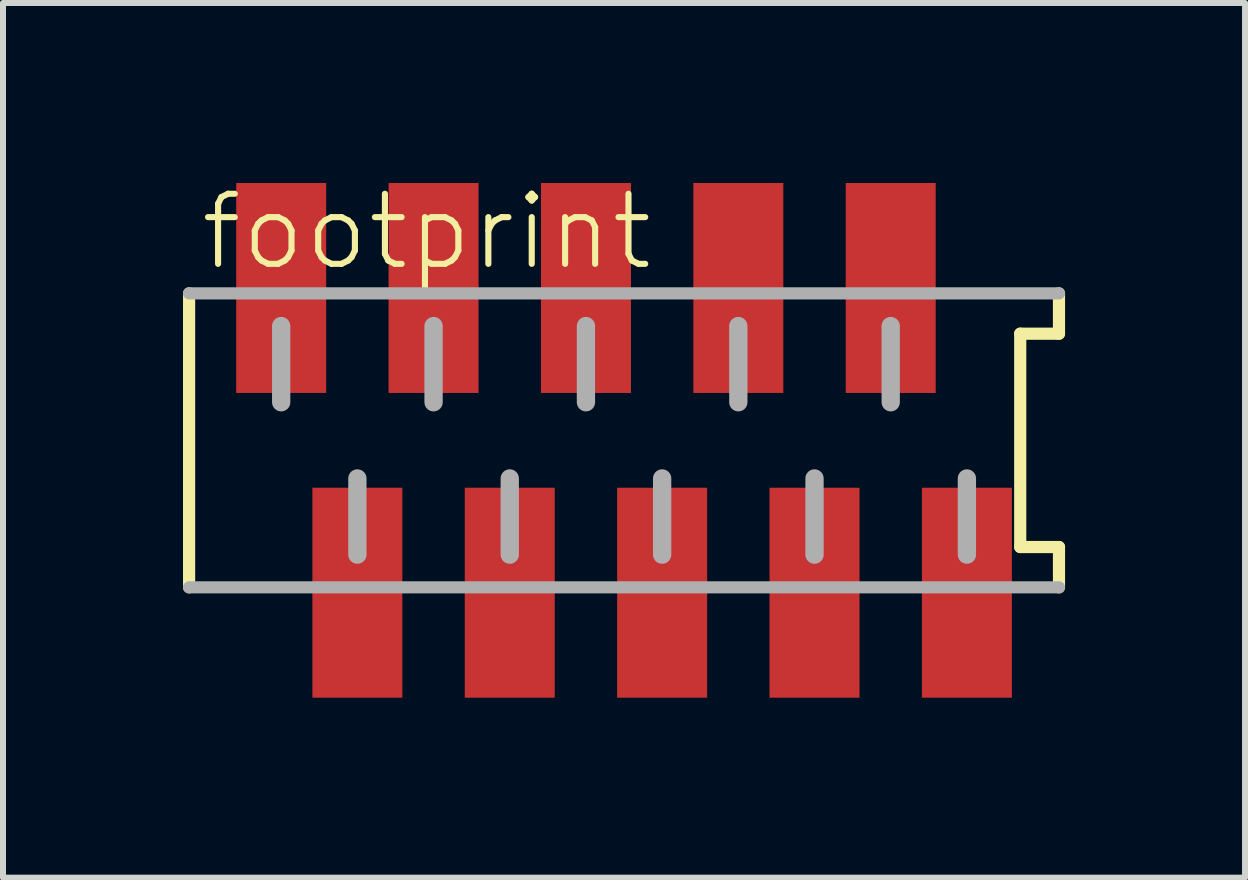
<source format=kicad_pcb>
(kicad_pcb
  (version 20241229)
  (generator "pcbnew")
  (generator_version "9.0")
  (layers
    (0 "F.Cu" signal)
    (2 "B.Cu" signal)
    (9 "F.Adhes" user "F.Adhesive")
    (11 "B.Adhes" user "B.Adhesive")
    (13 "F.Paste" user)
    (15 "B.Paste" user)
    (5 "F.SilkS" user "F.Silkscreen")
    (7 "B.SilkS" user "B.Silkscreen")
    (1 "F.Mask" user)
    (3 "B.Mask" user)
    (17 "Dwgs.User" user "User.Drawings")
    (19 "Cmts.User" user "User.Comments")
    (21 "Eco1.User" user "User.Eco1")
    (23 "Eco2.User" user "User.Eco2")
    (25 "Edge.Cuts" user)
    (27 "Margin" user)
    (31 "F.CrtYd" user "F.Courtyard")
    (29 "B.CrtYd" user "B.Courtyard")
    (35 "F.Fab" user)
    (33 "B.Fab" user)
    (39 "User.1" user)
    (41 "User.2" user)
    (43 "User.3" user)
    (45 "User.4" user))
  (footprint "footprint"
    (layer "F.Cu")
    (at 7.352 4.29)
    (property "Reference" "footprint" (at -7.112 -2.794 0) (layer "F.SilkS") (effects (font (size 1.168 1.168) (thickness 0.102)) (justify left bottom)))
    (fp_line (start -7.25 -2.45) (end -7.25 2.45) (stroke (width 0.203) (type solid)) (layer "F.SilkS"))
    (fp_line (start 6.604 -1.778) (end 7.25 -1.778) (stroke (width 0.203) (type solid)) (layer "F.SilkS"))
    (fp_line (start 6.604 1.778) (end 6.604 -1.778) (stroke (width 0.203) (type solid)) (layer "F.SilkS"))
    (fp_line (start 7.25 -1.778) (end 7.25 -2.45) (stroke (width 0.203) (type solid)) (layer "F.SilkS"))
    (fp_line (start 7.25 1.778) (end 6.604 1.778) (stroke (width 0.203) (type solid)) (layer "F.SilkS"))
    (fp_line (start 7.25 2.45) (end 7.25 1.778) (stroke (width 0.203) (type solid)) (layer "F.SilkS"))
    (fp_line (start -7.25 2.45) (end 7.25 2.45) (stroke (width 0.203) (type solid)) (layer "F.Fab"))
    (fp_line (start -5.715 -1.905) (end -5.715 -0.635) (stroke (width 0.305) (type solid)) (layer "F.Fab"))
    (fp_line (start -4.445 0.635) (end -4.445 1.905) (stroke (width 0.305) (type solid)) (layer "F.Fab"))
    (fp_line (start -3.175 -1.905) (end -3.175 -0.635) (stroke (width 0.305) (type solid)) (layer "F.Fab"))
    (fp_line (start -1.905 0.635) (end -1.905 1.905) (stroke (width 0.305) (type solid)) (layer "F.Fab"))
    (fp_line (start -0.635 -1.905) (end -0.635 -0.635) (stroke (width 0.305) (type solid)) (layer "F.Fab"))
    (fp_line (start 0.635 0.635) (end 0.635 1.905) (stroke (width 0.305) (type solid)) (layer "F.Fab"))
    (fp_line (start 1.905 -1.905) (end 1.905 -0.635) (stroke (width 0.305) (type solid)) (layer "F.Fab"))
    (fp_line (start 3.175 0.635) (end 3.175 1.905) (stroke (width 0.305) (type solid)) (layer "F.Fab"))
    (fp_line (start 4.445 -1.905) (end 4.445 -0.635) (stroke (width 0.305) (type solid)) (layer "F.Fab"))
    (fp_line (start 5.715 0.635) (end 5.715 1.905) (stroke (width 0.305) (type solid)) (layer "F.Fab"))
    (fp_line (start 7.25 -2.45) (end -7.25 -2.45) (stroke (width 0.203) (type solid)) (layer "F.Fab"))
    (pad "1" smd rect (at -5.715 -2.54) (size 1.5 3.5) (layers "F.Cu" "F.Mask" "F.Paste"))
    (pad "2" smd rect (at -4.445 2.54) (size 1.5 3.5) (layers "F.Cu" "F.Mask" "F.Paste"))
    (pad "3" smd rect (at -3.175 -2.54) (size 1.5 3.5) (layers "F.Cu" "F.Mask" "F.Paste"))
    (pad "4" smd rect (at -1.905 2.54) (size 1.5 3.5) (layers "F.Cu" "F.Mask" "F.Paste"))
    (pad "5" smd rect (at -0.635 -2.54) (size 1.5 3.5) (layers "F.Cu" "F.Mask" "F.Paste"))
    (pad "6" smd rect (at 0.635 2.54) (size 1.5 3.5) (layers "F.Cu" "F.Mask" "F.Paste"))
    (pad "7" smd rect (at 1.905 -2.54) (size 1.5 3.5) (layers "F.Cu" "F.Mask" "F.Paste"))
    (pad "8" smd rect (at 3.175 2.54) (size 1.5 3.5) (layers "F.Cu" "F.Mask" "F.Paste"))
    (pad "9" smd rect (at 4.445 -2.54) (size 1.5 3.5) (layers "F.Cu" "F.Mask" "F.Paste"))
    (pad "10" smd rect (at 5.715 2.54) (size 1.5 3.5) (layers "F.Cu" "F.Mask" "F.Paste")))
  (gr_rect
    (start -3 -3)
    (end 17.703 11.58)
    (stroke (width 0.1) (type default))
    (fill no)
    (layer "Edge.Cuts")))
</source>
